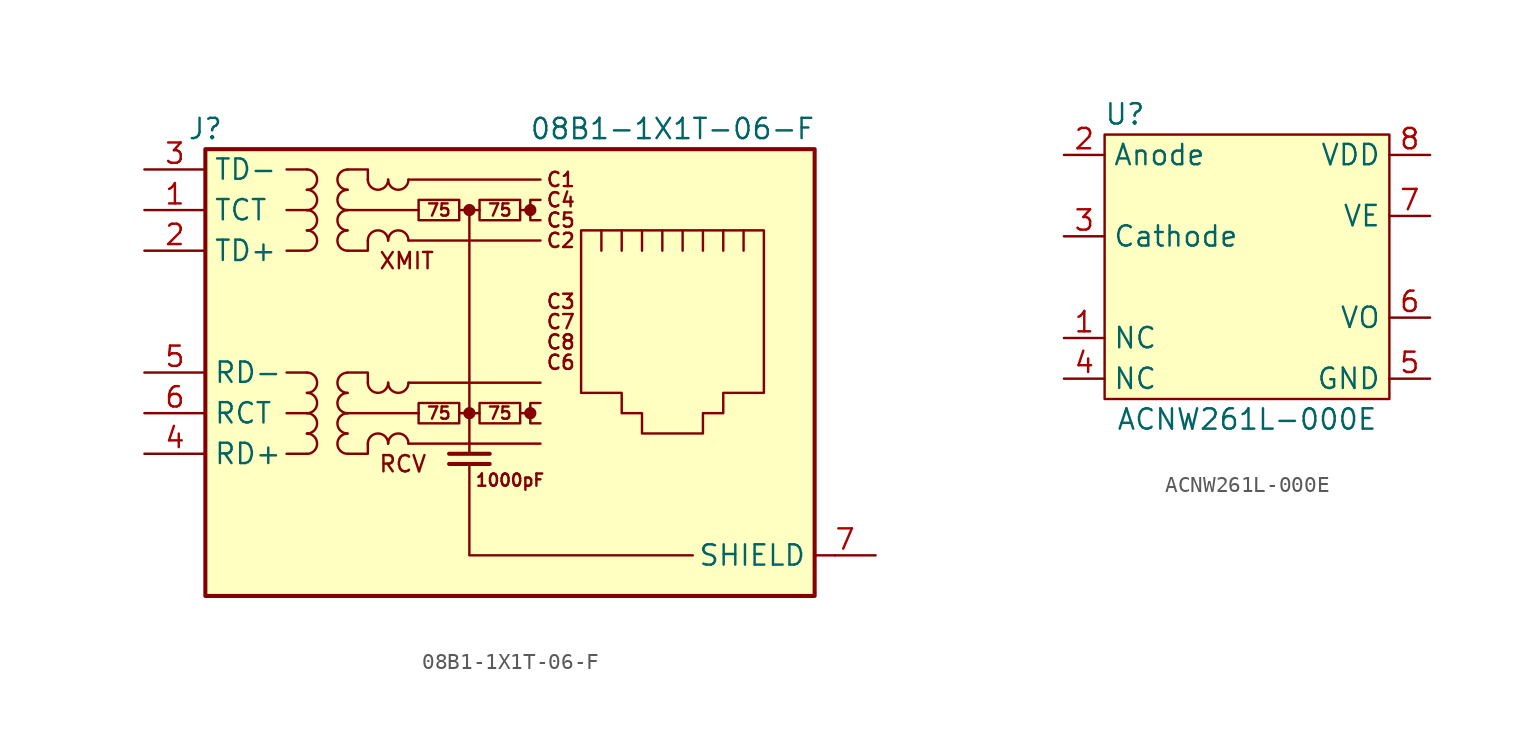
<source format=kicad_sym>
(kicad_symbol_lib
  (version 20220914)
  (generator kicad_symbol_editor)
  (symbol "08B1-1X1T-06-F"
    (property "Reference" "J"
      (at 0 1.27 0)
      (effects (font (size 1.27 1.27))))
    (property "Value" "08B1-1X1T-06-F"
      (at 29.21 1.27 0)
      (effects (font (size 1.27 1.27))))
    (symbol "08B1-1X1T-06-F_0_0"
      (polyline (pts (xy 16.51 -3.81) (xy 16.51 -19.05)) (stroke (width 0) (type default)) (fill (type none)))
      (polyline (pts (xy 17.78 -19.685) (xy 15.24 -19.685)) (stroke (width 0.254) (type default)) (fill (type none)))
      (polyline (pts (xy 17.78 -19.05) (xy 15.24 -19.05)) (stroke (width 0.254) (type default)) (fill (type none)))
      (polyline (pts (xy 20.32 -16.51) (xy 19.685 -16.51)) (stroke (width 0) (type default)) (fill (type none)))
      (polyline (pts (xy 20.32 -3.81) (xy 19.685 -3.81)) (stroke (width 0) (type default)) (fill (type none)))
      (polyline (pts (xy 20.955 -15.875) (xy 20.32 -15.875) (xy 20.32 -17.145) (xy 20.955 -17.145)) (stroke (width 0) (type default)) (fill (type none)))
      (polyline (pts (xy 20.955 -3.175) (xy 20.32 -3.175) (xy 20.32 -4.445) (xy 20.955 -4.445)) (stroke (width 0) (type default)) (fill (type none)))
      (circle (center 16.51 -16.51) (radius 0.254) (stroke (width 0.254) (type default)) (fill (type outline)))
      (circle (center 16.51 -3.81) (radius 0.254) (stroke (width 0.254) (type default)) (fill (type outline)))
      (circle (center 20.32 -16.51) (radius 0.254) (stroke (width 0.254) (type default)) (fill (type outline)))
      (circle (center 20.32 -3.81) (radius 0.254) (stroke (width 0.254) (type default)) (fill (type outline)))
      (text "1000pF" (at 19.05 -20.701 0) (effects (font (size 0.762 0.762))))
      (text "75" (at 14.605 -16.51 0) (effects (font (size 0.762 0.762))))
      (text "75" (at 14.605 -3.81 0) (effects (font (size 0.762 0.762))))
      (text "75" (at 18.415 -16.51 0) (effects (font (size 0.762 0.762))))
      (text "75" (at 18.415 -3.81 0) (effects (font (size 0.762 0.762))))
      (text "C1" (at 22.225 -1.905 0) (effects (font (size 0.889 0.889))))
      (text "C2" (at 22.225 -5.715 0) (effects (font (size 0.889 0.889))))
      (text "C3" (at 22.225 -9.525 0) (effects (font (size 0.889 0.889))))
      (text "C4" (at 22.225 -3.175 0) (effects (font (size 0.889 0.889))))
      (text "C5" (at 22.225 -4.445 0) (effects (font (size 0.889 0.889))))
      (text "C6" (at 22.225 -13.335 0) (effects (font (size 0.889 0.889))))
      (text "C7" (at 22.225 -10.795 0) (effects (font (size 0.889 0.889))))
      (text "C8" (at 22.225 -12.065 0) (effects (font (size 0.889 0.889))))
      (text "RCV" (at 10.795 -19.685 0) (effects (font (size 1.016 1.016)) (justify left)))
      (text "XMIT" (at 10.795 -6.985 0) (effects (font (size 1.016 1.016)) (justify left))))
    (symbol "08B1-1X1T-06-F_0_1"
      (polyline (pts (xy 6.35 -19.05) (xy 5.08 -19.05)) (stroke (width 0) (type default)) (fill (type none)))
      (polyline (pts (xy 6.35 -16.51) (xy 5.08 -16.51)) (stroke (width 0) (type default)) (fill (type none)))
      (polyline (pts (xy 6.35 -13.97) (xy 5.08 -13.97)) (stroke (width 0) (type default)) (fill (type none)))
      (polyline (pts (xy 6.35 -6.35) (xy 5.08 -6.35)) (stroke (width 0) (type default)) (fill (type none)))
      (polyline (pts (xy 6.35 -3.81) (xy 5.08 -3.81)) (stroke (width 0) (type default)) (fill (type none)))
      (polyline (pts (xy 6.35 -1.27) (xy 5.08 -1.27)) (stroke (width 0) (type default)) (fill (type none)))
      (polyline (pts (xy 12.7 -18.415) (xy 20.955 -18.415)) (stroke (width 0) (type default)) (fill (type none)))
      (polyline (pts (xy 12.7 -14.605) (xy 20.955 -14.605)) (stroke (width 0) (type default)) (fill (type none)))
      (polyline (pts (xy 12.7 -5.715) (xy 20.955 -5.715)) (stroke (width 0) (type default)) (fill (type none)))
      (polyline (pts (xy 12.7 -1.905) (xy 20.955 -1.905)) (stroke (width 0) (type default)) (fill (type none)))
      (polyline (pts (xy 13.335 -16.51) (xy 8.89 -16.51)) (stroke (width 0) (type default)) (fill (type none)))
      (polyline (pts (xy 13.335 -3.81) (xy 8.89 -3.81)) (stroke (width 0) (type default)) (fill (type none)))
      (polyline (pts (xy 15.875 -16.51) (xy 17.145 -16.51)) (stroke (width 0) (type default)) (fill (type none)))
      (polyline (pts (xy 15.875 -3.81) (xy 17.145 -3.81)) (stroke (width 0) (type default)) (fill (type none)))
      (polyline (pts (xy 24.765 -6.35) (xy 24.765 -5.08)) (stroke (width 0) (type default)) (fill (type none)))
      (polyline (pts (xy 26.035 -5.08) (xy 26.035 -6.35)) (stroke (width 0) (type default)) (fill (type none)))
      (polyline (pts (xy 27.305 -5.08) (xy 27.305 -6.35)) (stroke (width 0) (type default)) (fill (type none)))
      (polyline (pts (xy 28.575 -5.08) (xy 28.575 -6.35)) (stroke (width 0) (type default)) (fill (type none)))
      (polyline (pts (xy 29.845 -5.08) (xy 29.845 -6.35)) (stroke (width 0) (type default)) (fill (type none)))
      (polyline (pts (xy 31.115 -5.08) (xy 31.115 -6.35)) (stroke (width 0) (type default)) (fill (type none)))
      (polyline (pts (xy 32.385 -6.35) (xy 32.385 -5.08)) (stroke (width 0) (type default)) (fill (type none)))
      (polyline (pts (xy 33.655 -6.35) (xy 33.655 -5.08)) (stroke (width 0) (type default)) (fill (type none)))
      (polyline (pts (xy 39.37 -25.4) (xy 39.37 -25.4)) (stroke (width 0) (type default)) (fill (type none)))
      (polyline (pts (xy 8.89 -13.97) (xy 10.16 -13.97) (xy 10.16 -14.605)) (stroke (width 0) (type default)) (fill (type none)))
      (polyline (pts (xy 8.89 -1.27) (xy 10.16 -1.27) (xy 10.16 -1.905)) (stroke (width 0) (type default)) (fill (type none)))
      (polyline (pts (xy 10.16 -18.415) (xy 10.16 -19.05) (xy 8.89 -19.05)) (stroke (width 0) (type default)) (fill (type none)))
      (polyline (pts (xy 10.16 -5.715) (xy 10.16 -6.35) (xy 8.89 -6.35)) (stroke (width 0) (type default)) (fill (type none)))
      (polyline (pts (xy 16.51 -19.685) (xy 16.51 -25.4) (xy 30.48 -25.4)) (stroke (width 0) (type default)) (fill (type none)))
      (polyline (pts (xy 23.495 -5.08) (xy 34.925 -5.08) (xy 34.925 -15.24) (xy 32.385 -15.24) (xy 32.385 -16.51) (xy 31.115 -16.51) (xy 31.115 -17.78) (xy 27.305 -17.78) (xy 27.305 -16.51) (xy 26.035 -16.51) (xy 26.035 -15.24) (xy 23.495 -15.24) (xy 23.495 -5.08)) (stroke (width 0) (type default)) (fill (type none)))
      (rectangle (start 0 0) (end 38.1 -27.94) (stroke (width 0.254) (type default)) (fill (type background)))
      (arc (start 6.35 -19.05) (mid 6.9823 -18.415) (end 6.35 -17.78) (stroke (width 0) (type default)) (fill (type none)))
      (arc (start 6.35 -17.78) (mid 6.9823 -17.145) (end 6.35 -16.51) (stroke (width 0) (type default)) (fill (type none)))
      (arc (start 6.35 -16.51) (mid 6.9823 -15.875) (end 6.35 -15.24) (stroke (width 0) (type default)) (fill (type none)))
      (arc (start 6.35 -15.24) (mid 6.9823 -14.605) (end 6.35 -13.97) (stroke (width 0) (type default)) (fill (type none)))
      (arc (start 6.35 -6.35) (mid 6.9823 -5.715) (end 6.35 -5.08) (stroke (width 0) (type default)) (fill (type none)))
      (arc (start 6.35 -5.08) (mid 6.9823 -4.445) (end 6.35 -3.81) (stroke (width 0) (type default)) (fill (type none)))
      (arc (start 6.35 -3.81) (mid 6.9823 -3.175) (end 6.35 -2.54) (stroke (width 0) (type default)) (fill (type none)))
      (arc (start 6.35 -2.54) (mid 6.9823 -1.905) (end 6.35 -1.27) (stroke (width 0) (type default)) (fill (type none)))
      (arc (start 8.89 -17.78) (mid 8.2577 -18.415) (end 8.89 -19.05) (stroke (width 0) (type default)) (fill (type none)))
      (arc (start 8.89 -16.51) (mid 8.2577 -17.145) (end 8.89 -17.78) (stroke (width 0) (type default)) (fill (type none)))
      (arc (start 8.89 -15.24) (mid 8.2577 -15.875) (end 8.89 -16.51) (stroke (width 0) (type default)) (fill (type none)))
      (arc (start 8.89 -13.97) (mid 8.2577 -14.605) (end 8.89 -15.24) (stroke (width 0) (type default)) (fill (type none)))
      (arc (start 8.89 -5.08) (mid 8.2577 -5.715) (end 8.89 -6.35) (stroke (width 0) (type default)) (fill (type none)))
      (arc (start 8.89 -3.81) (mid 8.2577 -4.445) (end 8.89 -5.08) (stroke (width 0) (type default)) (fill (type none)))
      (arc (start 8.89 -2.54) (mid 8.2577 -3.175) (end 8.89 -3.81) (stroke (width 0) (type default)) (fill (type none)))
      (arc (start 8.89 -1.27) (mid 8.2577 -1.905) (end 8.89 -2.54) (stroke (width 0) (type default)) (fill (type none)))
      (arc (start 10.16 -14.605) (mid 10.795 -15.2373) (end 11.43 -14.605) (stroke (width 0) (type default)) (fill (type none)))
      (arc (start 10.16 -1.905) (mid 10.795 -2.5373) (end 11.43 -1.905) (stroke (width 0) (type default)) (fill (type none)))
      (arc (start 11.43 -18.415) (mid 10.795 -17.7827) (end 10.16 -18.415) (stroke (width 0) (type default)) (fill (type none)))
      (arc (start 11.43 -14.605) (mid 12.065 -15.2373) (end 12.7 -14.605) (stroke (width 0) (type default)) (fill (type none)))
      (arc (start 11.43 -5.715) (mid 10.795 -5.0827) (end 10.16 -5.715) (stroke (width 0) (type default)) (fill (type none)))
      (arc (start 11.43 -1.905) (mid 12.065 -2.5373) (end 12.7 -1.905) (stroke (width 0) (type default)) (fill (type none)))
      (arc (start 12.7 -18.415) (mid 12.065 -17.7827) (end 11.43 -18.415) (stroke (width 0) (type default)) (fill (type none)))
      (arc (start 12.7 -5.715) (mid 12.065 -5.0827) (end 11.43 -5.715) (stroke (width 0) (type default)) (fill (type none)))
      (rectangle (start 13.335 -15.875) (end 15.875 -17.145) (stroke (width 0) (type default)) (fill (type none)))
      (rectangle (start 13.335 -3.175) (end 15.875 -4.445) (stroke (width 0) (type default)) (fill (type none)))
      (rectangle (start 17.145 -15.875) (end 19.685 -17.145) (stroke (width 0) (type default)) (fill (type none)))
      (rectangle (start 17.145 -3.175) (end 19.685 -4.445) (stroke (width 0) (type default)) (fill (type none))))
    (symbol "08B1-1X1T-06-F_1_1"
      (pin passive line (at -3.81 -3.81 0) (length 3.81) (name "TCT" (effects (font (size 1.27 1.27)))) (number "1" (effects (font (size 1.27 1.27)))))
      (pin passive line (at -3.81 -6.35 0) (length 3.81) (name "TD+" (effects (font (size 1.27 1.27)))) (number "2" (effects (font (size 1.27 1.27)))))
      (pin passive line (at -3.81 -1.27 0) (length 3.81) (name "TD-" (effects (font (size 1.27 1.27)))) (number "3" (effects (font (size 1.27 1.27)))))
      (pin passive line (at -3.81 -19.05 0) (length 3.81) (name "RD+" (effects (font (size 1.27 1.27)))) (number "4" (effects (font (size 1.27 1.27)))))
      (pin passive line (at -3.81 -13.97 0) (length 3.81) (name "RD-" (effects (font (size 1.27 1.27)))) (number "5" (effects (font (size 1.27 1.27)))))
      (pin passive line (at -3.81 -16.51 0) (length 3.81) (name "RCT" (effects (font (size 1.27 1.27)))) (number "6" (effects (font (size 1.27 1.27)))))
      (pin passive line (at 41.91 -25.4 180) (length 3.81) (name "SHIELD" (effects (font (size 1.27 1.27)))) (number "7" (effects (font (size 1.27 1.27)))))))
  (symbol "ACNW261L-000E"
    (property "Reference" "U"
      (at -2.54 6.35 0)
      (effects (font (size 1.27 1.27))))
    (property "Value" "ACNW261L-000E"
      (at 5.08 -12.7 0)
      (effects (font (size 1.27 1.27))))
    (symbol "ACNW261L-000E_0_1"
      (rectangle (start -3.81 5.08) (end 13.97 -11.43) (stroke (width 0.152) (type default)) (fill (type background))))
    (symbol "ACNW261L-000E_1_1"
      (pin passive line (at -6.35 -7.62 0) (length 2.54) (name "NC" (effects (font (size 1.27 1.27)))) (number "1" (effects (font (size 1.27 1.27)))))
      (pin passive line (at -6.35 3.81 0) (length 2.54) (name "Anode" (effects (font (size 1.27 1.27)))) (number "2" (effects (font (size 1.27 1.27)))))
      (pin passive line (at -6.35 -1.27 0) (length 2.54) (name "Cathode" (effects (font (size 1.27 1.27)))) (number "3" (effects (font (size 1.27 1.27)))))
      (pin passive line (at -6.35 -10.16 0) (length 2.54) (name "NC" (effects (font (size 1.27 1.27)))) (number "4" (effects (font (size 1.27 1.27)))))
      (pin passive line (at 16.51 -10.16 180) (length 2.54) (name "GND" (effects (font (size 1.27 1.27)))) (number "5" (effects (font (size 1.27 1.27)))))
      (pin output line (at 16.51 -6.35 180) (length 2.54) (name "VO" (effects (font (size 1.27 1.27)))) (number "6" (effects (font (size 1.27 1.27)))))
      (pin input line (at 16.51 0 180) (length 2.54) (name "VE" (effects (font (size 1.27 1.27)))) (number "7" (effects (font (size 1.27 1.27)))))
      (pin power_in line (at 16.51 3.81 180) (length 2.54) (name "VDD" (effects (font (size 1.27 1.27)))) (number "8" (effects (font (size 1.27 1.27))))))))
</source>
